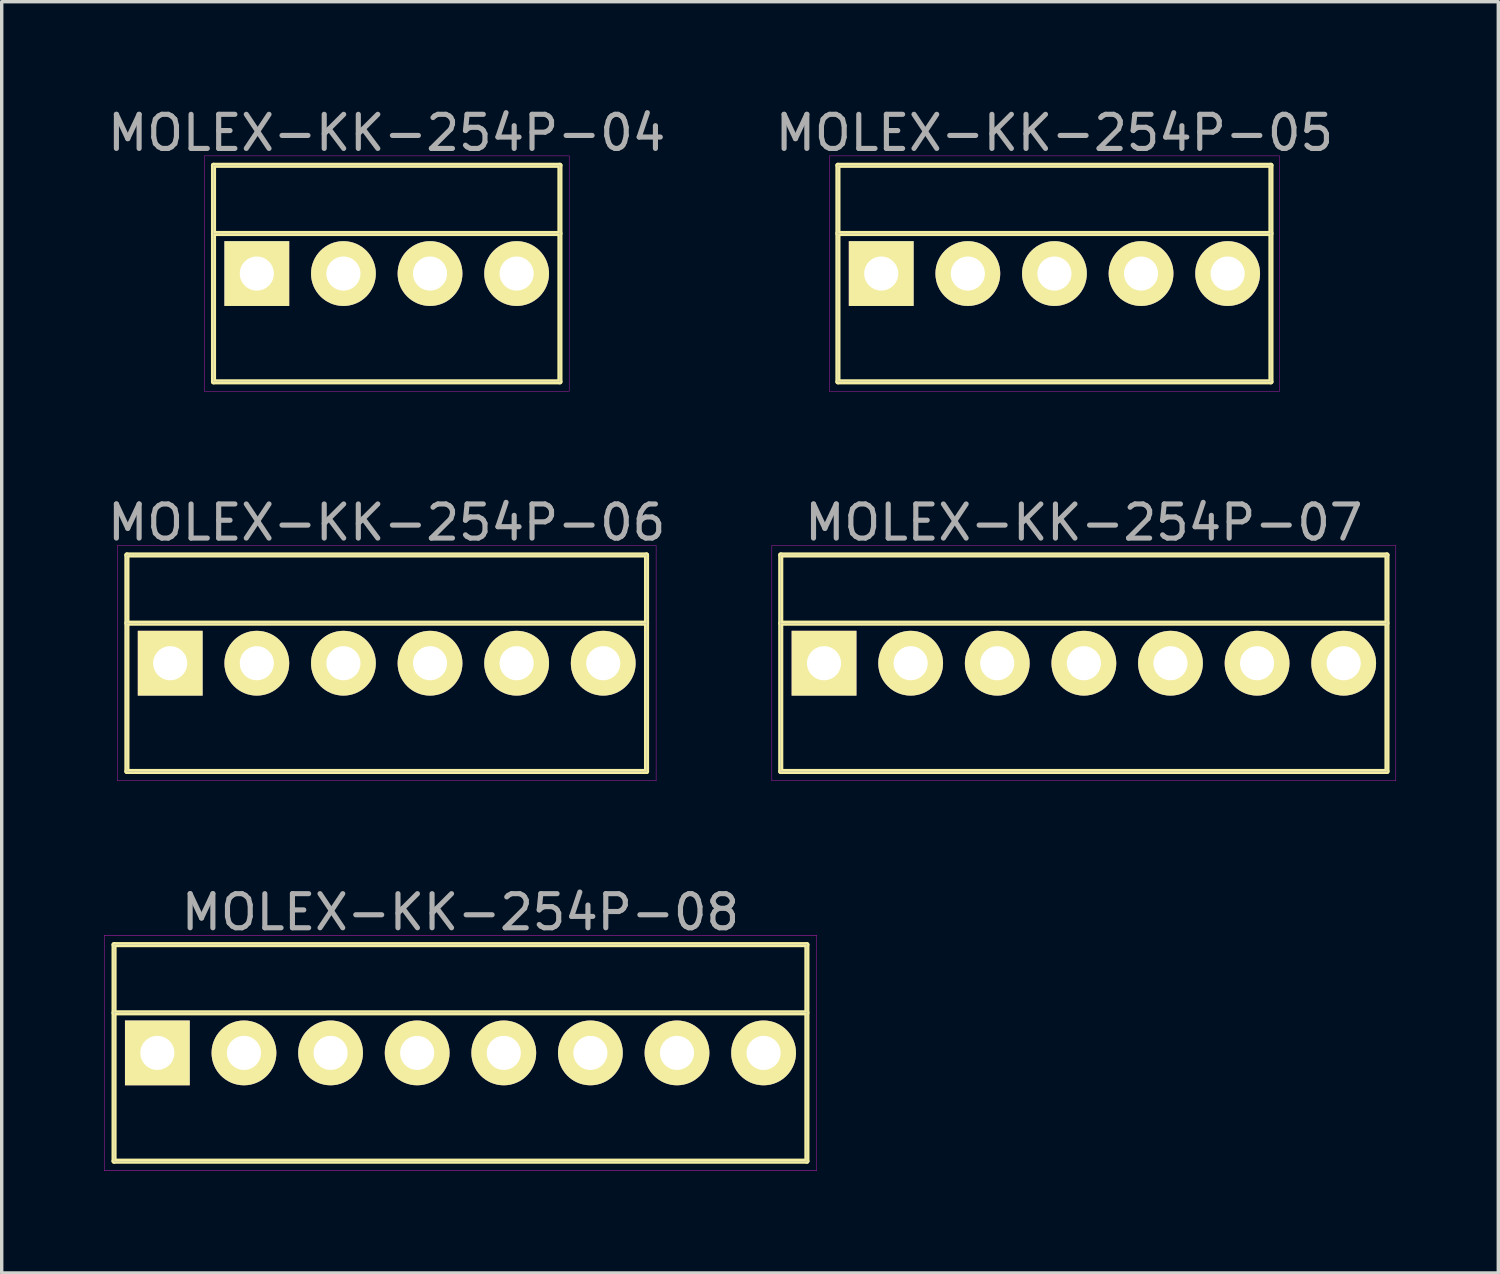
<source format=kicad_pcb>
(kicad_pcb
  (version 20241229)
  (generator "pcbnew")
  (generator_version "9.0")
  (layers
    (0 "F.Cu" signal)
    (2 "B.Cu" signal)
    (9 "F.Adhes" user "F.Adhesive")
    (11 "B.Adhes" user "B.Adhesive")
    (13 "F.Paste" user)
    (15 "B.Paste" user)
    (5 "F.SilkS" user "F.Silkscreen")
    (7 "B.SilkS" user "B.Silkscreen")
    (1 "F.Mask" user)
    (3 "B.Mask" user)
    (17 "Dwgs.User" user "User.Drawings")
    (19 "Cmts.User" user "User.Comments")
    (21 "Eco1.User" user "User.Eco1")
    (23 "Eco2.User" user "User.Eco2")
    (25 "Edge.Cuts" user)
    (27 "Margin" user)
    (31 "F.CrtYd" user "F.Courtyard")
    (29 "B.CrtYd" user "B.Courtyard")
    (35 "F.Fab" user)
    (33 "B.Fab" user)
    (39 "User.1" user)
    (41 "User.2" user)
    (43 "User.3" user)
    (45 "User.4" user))
  (footprint "MOLEX-KK-254P-07"
    (layer "F.Cu")
    (at 28.738 16.401)
    (property "Reference" "MOLEX-KK-254P-07" (at 0 -4.125 0) (layer "F.Fab") (effects (font (size 1 1) (thickness 0.15))))
    (attr through_hole)
    (fp_line (start -8.89 -3.175) (end 8.89 -3.175) (stroke (width 0.15) (type solid)) (layer "F.SilkS"))
    (fp_line (start -8.89 -1.175) (end 8.89 -1.175) (stroke (width 0.15) (type solid)) (layer "F.SilkS"))
    (fp_line (start -8.89 3.175) (end -8.89 -3.175) (stroke (width 0.15) (type solid)) (layer "F.SilkS"))
    (fp_line (start 8.89 -3.175) (end 8.89 3.175) (stroke (width 0.15) (type solid)) (layer "F.SilkS"))
    (fp_line (start 8.89 3.175) (end -8.89 3.175) (stroke (width 0.15) (type solid)) (layer "F.SilkS"))
    (fp_line (start -9.15 -3.45) (end 9.15 -3.45) (stroke (width 0.01) (type solid)) (layer "F.CrtYd"))
    (fp_line (start -9.15 3.45) (end -9.15 -3.45) (stroke (width 0.01) (type solid)) (layer "F.CrtYd"))
    (fp_line (start 9.15 -3.45) (end 9.15 3.45) (stroke (width 0.01) (type solid)) (layer "F.CrtYd"))
    (fp_line (start 9.15 3.45) (end -9.15 3.45) (stroke (width 0.01) (type solid)) (layer "F.CrtYd"))
    (fp_line (start -8.89 -3.175) (end 8.89 -3.175) (stroke (width 0.01) (type solid)) (layer "F.Fab"))
    (fp_line (start -8.89 -1.175) (end 8.89 -1.175) (stroke (width 0.01) (type solid)) (layer "F.Fab"))
    (fp_line (start -8.89 3.175) (end -8.89 -3.175) (stroke (width 0.01) (type solid)) (layer "F.Fab"))
    (fp_line (start 8.89 -3.175) (end 8.89 3.175) (stroke (width 0.01) (type solid)) (layer "F.Fab"))
    (fp_line (start 8.89 3.175) (end -8.89 3.175) (stroke (width 0.01) (type solid)) (layer "F.Fab"))
    (pad "1" thru_hole rect (at -7.62 0) (size 1.9 1.9) (drill 1) (layers "*.Cu" "*.Mask" "F.SilkS"))
    (pad "2" thru_hole circle (at -5.08 0) (size 1.9 1.9) (drill 1) (layers "*.Cu" "*.Mask" "F.SilkS"))
    (pad "3" thru_hole circle (at -2.54 0) (size 1.9 1.9) (drill 1) (layers "*.Cu" "*.Mask" "F.SilkS"))
    (pad "4" thru_hole circle (at 0 0) (size 1.9 1.9) (drill 1) (layers "*.Cu" "*.Mask" "F.SilkS"))
    (pad "5" thru_hole circle (at 2.54 0) (size 1.9 1.9) (drill 1) (layers "*.Cu" "*.Mask" "F.SilkS"))
    (pad "6" thru_hole circle (at 5.08 0) (size 1.9 1.9) (drill 1) (layers "*.Cu" "*.Mask" "F.SilkS"))
    (pad "7" thru_hole circle (at 7.62 0) (size 1.9 1.9) (drill 1) (layers "*.Cu" "*.Mask" "F.SilkS")))
  (footprint "MOLEX-KK-254P-08"
    (layer "F.Cu")
    (at 10.455 27.83)
    (property "Reference" "MOLEX-KK-254P-08" (at 0 -4.125 0) (layer "F.Fab") (effects (font (size 1 1) (thickness 0.15))))
    (attr through_hole)
    (fp_line (start -10.16 -3.175) (end 10.16 -3.175) (stroke (width 0.15) (type solid)) (layer "F.SilkS"))
    (fp_line (start -10.16 -1.175) (end 10.16 -1.175) (stroke (width 0.15) (type solid)) (layer "F.SilkS"))
    (fp_line (start -10.16 3.175) (end -10.16 -3.175) (stroke (width 0.15) (type solid)) (layer "F.SilkS"))
    (fp_line (start 10.16 -3.175) (end 10.16 3.175) (stroke (width 0.15) (type solid)) (layer "F.SilkS"))
    (fp_line (start 10.16 3.175) (end -10.16 3.175) (stroke (width 0.15) (type solid)) (layer "F.SilkS"))
    (fp_line (start -10.45 -3.45) (end 10.45 -3.45) (stroke (width 0.01) (type solid)) (layer "F.CrtYd"))
    (fp_line (start -10.45 3.45) (end -10.45 -3.45) (stroke (width 0.01) (type solid)) (layer "F.CrtYd"))
    (fp_line (start 10.45 -3.45) (end 10.45 3.45) (stroke (width 0.01) (type solid)) (layer "F.CrtYd"))
    (fp_line (start 10.45 3.45) (end -10.45 3.45) (stroke (width 0.01) (type solid)) (layer "F.CrtYd"))
    (fp_line (start -10.16 -3.175) (end 10.16 -3.175) (stroke (width 0.01) (type solid)) (layer "F.Fab"))
    (fp_line (start -10.16 -1.175) (end 10.16 -1.175) (stroke (width 0.01) (type solid)) (layer "F.Fab"))
    (fp_line (start -10.16 3.175) (end -10.16 -3.175) (stroke (width 0.01) (type solid)) (layer "F.Fab"))
    (fp_line (start 10.16 -3.175) (end 10.16 3.175) (stroke (width 0.01) (type solid)) (layer "F.Fab"))
    (fp_line (start 10.16 3.175) (end -10.16 3.175) (stroke (width 0.01) (type solid)) (layer "F.Fab"))
    (pad "1" thru_hole rect (at -8.89 0) (size 1.9 1.9) (drill 1) (layers "*.Cu" "*.Mask" "F.SilkS"))
    (pad "2" thru_hole circle (at -6.35 0) (size 1.9 1.9) (drill 1) (layers "*.Cu" "*.Mask" "F.SilkS"))
    (pad "3" thru_hole circle (at -3.81 0) (size 1.9 1.9) (drill 1) (layers "*.Cu" "*.Mask" "F.SilkS"))
    (pad "4" thru_hole circle (at -1.27 0) (size 1.9 1.9) (drill 1) (layers "*.Cu" "*.Mask" "F.SilkS"))
    (pad "5" thru_hole circle (at 1.27 0) (size 1.9 1.9) (drill 1) (layers "*.Cu" "*.Mask" "F.SilkS"))
    (pad "6" thru_hole circle (at 3.81 0) (size 1.9 1.9) (drill 1) (layers "*.Cu" "*.Mask" "F.SilkS"))
    (pad "7" thru_hole circle (at 6.35 0) (size 1.9 1.9) (drill 1) (layers "*.Cu" "*.Mask" "F.SilkS"))
    (pad "8" thru_hole circle (at 8.89 0) (size 1.9 1.9) (drill 1) (layers "*.Cu" "*.Mask" "F.SilkS")))
  (footprint "MOLEX-KK-254P-04"
    (layer "F.Cu")
    (at 8.292 4.973)
    (property "Reference" "MOLEX-KK-254P-04" (at 0 -4.125 0) (layer "F.Fab") (effects (font (size 1 1) (thickness 0.15))))
    (attr through_hole)
    (fp_line (start -5.08 -3.175) (end 5.08 -3.175) (stroke (width 0.15) (type solid)) (layer "F.SilkS"))
    (fp_line (start -5.08 -1.175) (end 5.08 -1.175) (stroke (width 0.15) (type solid)) (layer "F.SilkS"))
    (fp_line (start -5.08 3.175) (end -5.08 -3.175) (stroke (width 0.15) (type solid)) (layer "F.SilkS"))
    (fp_line (start 5.08 -3.175) (end 5.08 3.175) (stroke (width 0.15) (type solid)) (layer "F.SilkS"))
    (fp_line (start 5.08 3.175) (end -5.08 3.175) (stroke (width 0.15) (type solid)) (layer "F.SilkS"))
    (fp_line (start -5.35 -3.45) (end 5.35 -3.45) (stroke (width 0.01) (type solid)) (layer "F.CrtYd"))
    (fp_line (start -5.35 3.45) (end -5.35 -3.45) (stroke (width 0.01) (type solid)) (layer "F.CrtYd"))
    (fp_line (start 5.35 -3.45) (end 5.35 3.45) (stroke (width 0.01) (type solid)) (layer "F.CrtYd"))
    (fp_line (start 5.35 3.45) (end -5.35 3.45) (stroke (width 0.01) (type solid)) (layer "F.CrtYd"))
    (fp_line (start -5.08 -3.175) (end 5.08 -3.175) (stroke (width 0.01) (type solid)) (layer "F.Fab"))
    (fp_line (start -5.08 -1.175) (end 5.08 -1.175) (stroke (width 0.01) (type solid)) (layer "F.Fab"))
    (fp_line (start -5.08 3.175) (end -5.08 -3.175) (stroke (width 0.01) (type solid)) (layer "F.Fab"))
    (fp_line (start 5.08 -3.175) (end 5.08 3.175) (stroke (width 0.01) (type solid)) (layer "F.Fab"))
    (fp_line (start 5.08 3.175) (end -5.08 3.175) (stroke (width 0.01) (type solid)) (layer "F.Fab"))
    (pad "1" thru_hole rect (at -3.81 0) (size 1.9 1.9) (drill 1) (layers "*.Cu" "*.Mask" "F.SilkS"))
    (pad "2" thru_hole circle (at -1.27 0) (size 1.9 1.9) (drill 1) (layers "*.Cu" "*.Mask" "F.SilkS"))
    (pad "3" thru_hole circle (at 1.27 0) (size 1.9 1.9) (drill 1) (layers "*.Cu" "*.Mask" "F.SilkS"))
    (pad "4" thru_hole circle (at 3.81 0) (size 1.9 1.9) (drill 1) (layers "*.Cu" "*.Mask" "F.SilkS")))
  (footprint "MOLEX-KK-254P-06"
    (layer "F.Cu")
    (at 8.292 16.401)
    (property "Reference" "MOLEX-KK-254P-06" (at 0 -4.125 0) (layer "F.Fab") (effects (font (size 1 1) (thickness 0.15))))
    (attr through_hole)
    (fp_line (start -7.62 -3.175) (end 7.62 -3.175) (stroke (width 0.15) (type solid)) (layer "F.SilkS"))
    (fp_line (start -7.62 -1.175) (end 7.62 -1.175) (stroke (width 0.15) (type solid)) (layer "F.SilkS"))
    (fp_line (start -7.62 3.175) (end -7.62 -3.175) (stroke (width 0.15) (type solid)) (layer "F.SilkS"))
    (fp_line (start 7.62 -3.175) (end 7.62 3.175) (stroke (width 0.15) (type solid)) (layer "F.SilkS"))
    (fp_line (start 7.62 3.175) (end -7.62 3.175) (stroke (width 0.15) (type solid)) (layer "F.SilkS"))
    (fp_line (start -7.9 -3.45) (end 7.9 -3.45) (stroke (width 0.01) (type solid)) (layer "F.CrtYd"))
    (fp_line (start -7.9 3.45) (end -7.9 -3.45) (stroke (width 0.01) (type solid)) (layer "F.CrtYd"))
    (fp_line (start 7.9 -3.45) (end 7.9 3.45) (stroke (width 0.01) (type solid)) (layer "F.CrtYd"))
    (fp_line (start 7.9 3.45) (end -7.9 3.45) (stroke (width 0.01) (type solid)) (layer "F.CrtYd"))
    (fp_line (start -7.62 -3.175) (end 7.62 -3.175) (stroke (width 0.01) (type solid)) (layer "F.Fab"))
    (fp_line (start -7.62 -1.175) (end 7.62 -1.175) (stroke (width 0.01) (type solid)) (layer "F.Fab"))
    (fp_line (start -7.62 3.175) (end -7.62 -3.175) (stroke (width 0.01) (type solid)) (layer "F.Fab"))
    (fp_line (start 7.62 -3.175) (end 7.62 3.175) (stroke (width 0.01) (type solid)) (layer "F.Fab"))
    (fp_line (start 7.62 3.175) (end -7.62 3.175) (stroke (width 0.01) (type solid)) (layer "F.Fab"))
    (pad "1" thru_hole rect (at -6.35 0) (size 1.9 1.9) (drill 1) (layers "*.Cu" "*.Mask" "F.SilkS"))
    (pad "2" thru_hole circle (at -3.81 0) (size 1.9 1.9) (drill 1) (layers "*.Cu" "*.Mask" "F.SilkS"))
    (pad "3" thru_hole circle (at -1.27 0) (size 1.9 1.9) (drill 1) (layers "*.Cu" "*.Mask" "F.SilkS"))
    (pad "4" thru_hole circle (at 1.27 0) (size 1.9 1.9) (drill 1) (layers "*.Cu" "*.Mask" "F.SilkS"))
    (pad "5" thru_hole circle (at 3.81 0) (size 1.9 1.9) (drill 1) (layers "*.Cu" "*.Mask" "F.SilkS"))
    (pad "6" thru_hole circle (at 6.35 0) (size 1.9 1.9) (drill 1) (layers "*.Cu" "*.Mask" "F.SilkS")))
  (footprint "MOLEX-KK-254P-05"
    (layer "F.Cu")
    (at 27.875 4.973)
    (property "Reference" "MOLEX-KK-254P-05" (at 0 -4.125 0) (layer "F.Fab") (effects (font (size 1 1) (thickness 0.15))))
    (attr through_hole)
    (fp_line (start -6.35 -3.175) (end 6.35 -3.175) (stroke (width 0.15) (type solid)) (layer "F.SilkS"))
    (fp_line (start -6.35 -1.175) (end 6.35 -1.175) (stroke (width 0.15) (type solid)) (layer "F.SilkS"))
    (fp_line (start -6.35 3.175) (end -6.35 -3.175) (stroke (width 0.15) (type solid)) (layer "F.SilkS"))
    (fp_line (start 6.35 -3.175) (end 6.35 3.175) (stroke (width 0.15) (type solid)) (layer "F.SilkS"))
    (fp_line (start 6.35 3.175) (end -6.35 3.175) (stroke (width 0.15) (type solid)) (layer "F.SilkS"))
    (fp_line (start -6.6 -3.45) (end 6.6 -3.45) (stroke (width 0.01) (type solid)) (layer "F.CrtYd"))
    (fp_line (start -6.6 3.45) (end -6.6 -3.45) (stroke (width 0.01) (type solid)) (layer "F.CrtYd"))
    (fp_line (start 6.6 -3.45) (end 6.6 3.45) (stroke (width 0.01) (type solid)) (layer "F.CrtYd"))
    (fp_line (start 6.6 3.45) (end -6.6 3.45) (stroke (width 0.01) (type solid)) (layer "F.CrtYd"))
    (fp_line (start -6.35 -3.175) (end 6.35 -3.175) (stroke (width 0.01) (type solid)) (layer "F.Fab"))
    (fp_line (start -6.35 -1.175) (end 6.35 -1.175) (stroke (width 0.01) (type solid)) (layer "F.Fab"))
    (fp_line (start -6.35 3.175) (end -6.35 -3.175) (stroke (width 0.01) (type solid)) (layer "F.Fab"))
    (fp_line (start 6.35 -3.175) (end 6.35 3.175) (stroke (width 0.01) (type solid)) (layer "F.Fab"))
    (fp_line (start 6.35 3.175) (end -6.35 3.175) (stroke (width 0.01) (type solid)) (layer "F.Fab"))
    (pad "1" thru_hole rect (at -5.08 0) (size 1.9 1.9) (drill 1) (layers "*.Cu" "*.Mask" "F.SilkS"))
    (pad "2" thru_hole circle (at -2.54 0) (size 1.9 1.9) (drill 1) (layers "*.Cu" "*.Mask" "F.SilkS"))
    (pad "3" thru_hole circle (at 0 0) (size 1.9 1.9) (drill 1) (layers "*.Cu" "*.Mask" "F.SilkS"))
    (pad "4" thru_hole circle (at 2.54 0) (size 1.9 1.9) (drill 1) (layers "*.Cu" "*.Mask" "F.SilkS"))
    (pad "5" thru_hole circle (at 5.08 0) (size 1.9 1.9) (drill 1) (layers "*.Cu" "*.Mask" "F.SilkS")))
  (gr_rect
    (start -3 -3)
    (end 40.893 34.285)
    (stroke (width 0.1) (type default))
    (fill no)
    (layer "Edge.Cuts")))
</source>
